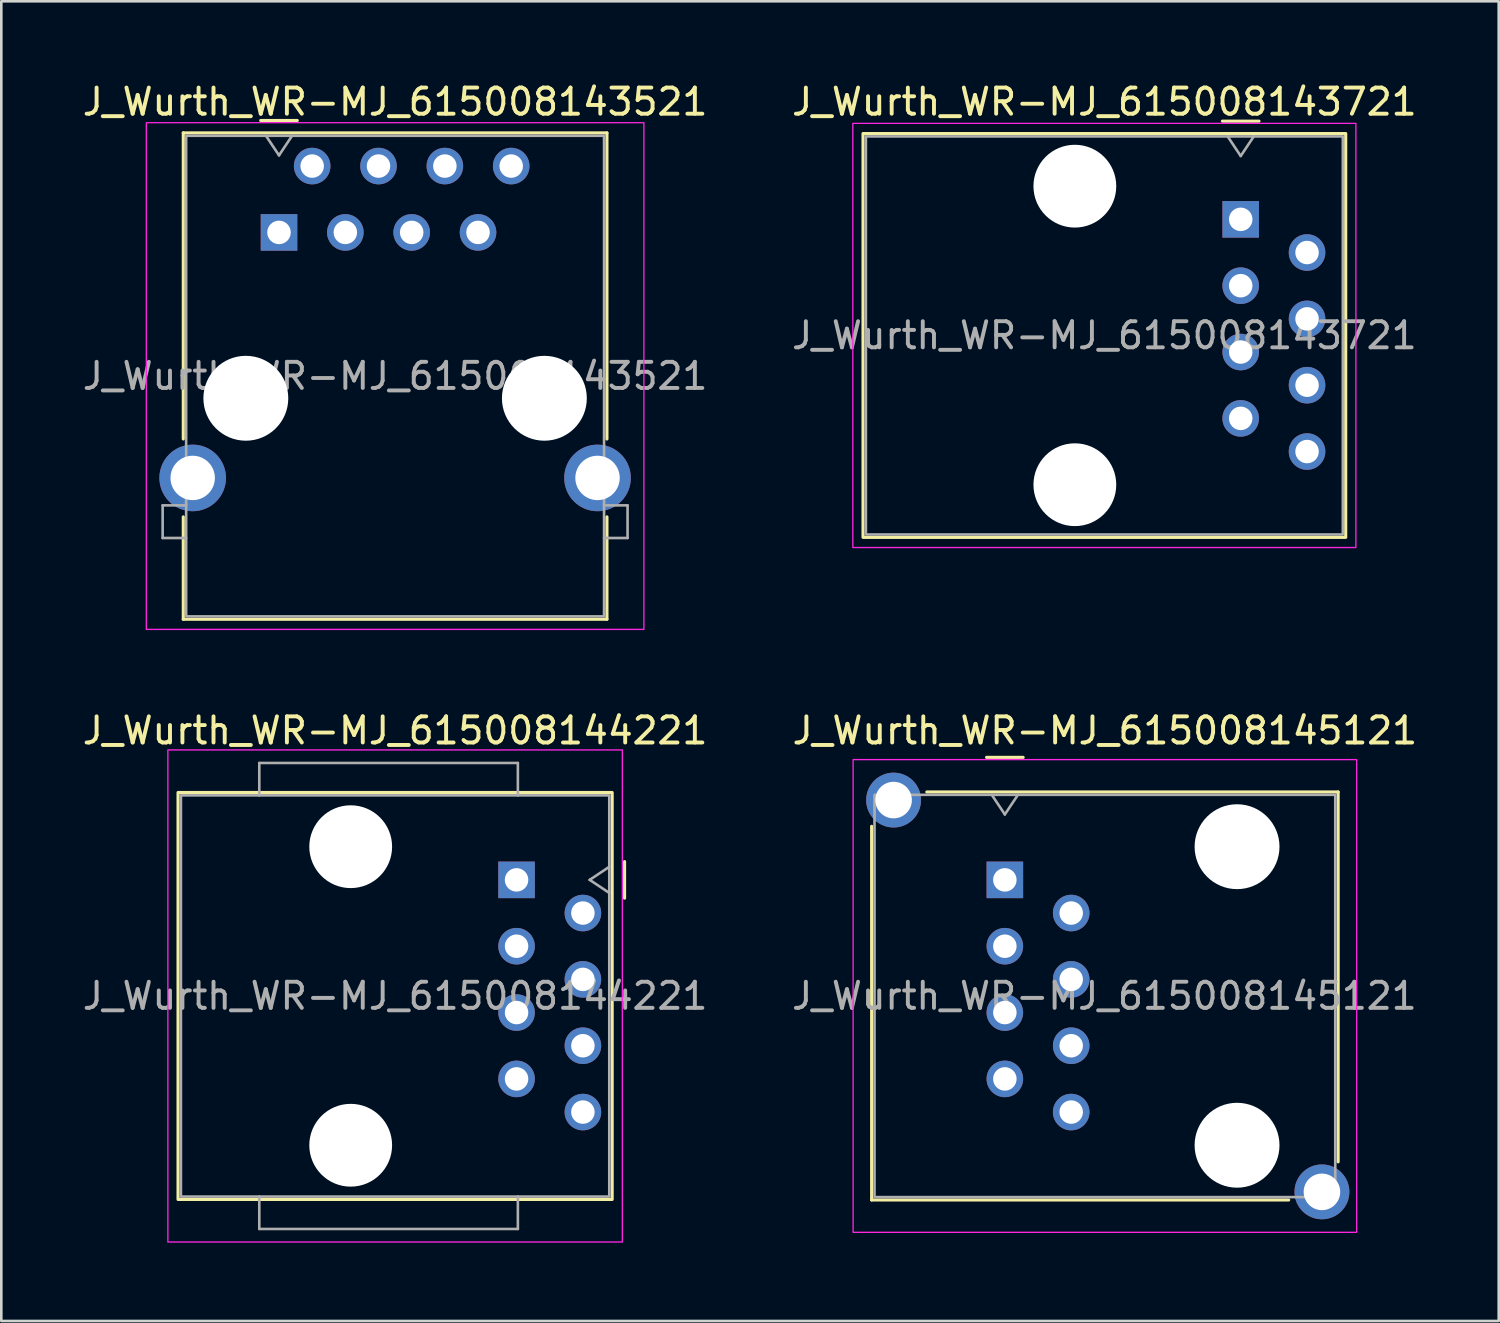
<source format=kicad_pcb>
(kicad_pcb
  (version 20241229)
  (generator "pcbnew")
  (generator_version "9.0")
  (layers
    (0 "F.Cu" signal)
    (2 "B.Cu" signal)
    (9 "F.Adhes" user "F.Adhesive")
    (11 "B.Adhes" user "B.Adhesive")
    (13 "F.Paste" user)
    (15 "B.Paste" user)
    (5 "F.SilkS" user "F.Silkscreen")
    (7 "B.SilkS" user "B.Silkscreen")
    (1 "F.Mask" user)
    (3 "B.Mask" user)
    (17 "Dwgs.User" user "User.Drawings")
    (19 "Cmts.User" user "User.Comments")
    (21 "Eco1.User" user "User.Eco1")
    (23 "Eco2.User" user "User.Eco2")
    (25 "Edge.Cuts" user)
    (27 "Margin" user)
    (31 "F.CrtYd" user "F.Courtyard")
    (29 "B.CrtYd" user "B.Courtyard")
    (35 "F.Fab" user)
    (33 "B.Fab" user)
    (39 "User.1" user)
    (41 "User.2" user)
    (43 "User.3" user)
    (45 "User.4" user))
  (footprint "J_Wurth_WR-MJ_615008144221"
    (layer "F.Cu")
    (at 16.727 30.637)
    (property "Reference" "J_Wurth_WR-MJ_615008144221" (at -4.65 -5.715 0) (unlocked yes) (layer "F.SilkS") (effects (font (size 1 1) (thickness 0.15))))
    (attr through_hole)
    (fp_line (start 4.135 0.7) (end 4.135 -0.7) (stroke (width 0.12) (type solid)) (layer "F.SilkS"))
    (fp_rect (start -12.96 -3.345) (end 3.66 12.235) (stroke (width 0.12) (type solid)) (fill no) (layer "F.SilkS"))
    (fp_rect (start -13.35 -4.975) (end 4.05 13.865) (stroke (width 0.05) (type solid)) (fill no) (layer "F.CrtYd"))
    (fp_line (start -9.85 -4.475) (end 0.05 -4.475) (stroke (width 0.1) (type solid)) (layer "F.Fab"))
    (fp_line (start -9.85 -3.235) (end -9.85 -4.475) (stroke (width 0.1) (type solid)) (layer "F.Fab"))
    (fp_line (start -9.85 12.125) (end -9.85 13.365) (stroke (width 0.1) (type solid)) (layer "F.Fab"))
    (fp_line (start -9.85 13.365) (end 0.05 13.365) (stroke (width 0.1) (type solid)) (layer "F.Fab"))
    (fp_line (start 0.05 -4.475) (end 0.05 -3.235) (stroke (width 0.1) (type solid)) (layer "F.Fab"))
    (fp_line (start 0.05 13.365) (end 0.05 12.125) (stroke (width 0.1) (type solid)) (layer "F.Fab"))
    (fp_line (start 2.8 0) (end 3.55 -0.5) (stroke (width 0.1) (type solid)) (layer "F.Fab"))
    (fp_line (start 2.8 0) (end 3.55 0.5) (stroke (width 0.1) (type solid)) (layer "F.Fab"))
    (fp_rect (start -12.85 -3.235) (end 3.55 12.125) (stroke (width 0.1) (type solid)) (fill no) (layer "F.Fab"))
    (fp_text user "${REFERENCE}" (at -4.65 4.445 0) (unlocked yes) (layer "F.Fab") (effects (font (size 1 1) (thickness 0.15))))
    (pad "" np_thru_hole circle (at -6.35 -1.27 90) (size 3.17 3.17) (drill 3.17) (layers "*.Cu" "*.Mask"))
    (pad "" np_thru_hole circle (at -6.35 10.16 90) (size 3.17 3.17) (drill 3.17) (layers "*.Cu" "*.Mask"))
    (pad "1" thru_hole rect (at 0 0 90) (size 1.4 1.4) (drill 0.9) (layers "*.Cu" "*.Mask"))
    (pad "2" thru_hole circle (at 2.54 1.27 90) (size 1.4 1.4) (drill 0.9) (layers "*.Cu" "*.Mask"))
    (pad "3" thru_hole circle (at 0 2.54 90) (size 1.4 1.4) (drill 0.9) (layers "*.Cu" "*.Mask"))
    (pad "4" thru_hole circle (at 2.54 3.81 90) (size 1.4 1.4) (drill 0.9) (layers "*.Cu" "*.Mask"))
    (pad "5" thru_hole circle (at 0 5.08 90) (size 1.4 1.4) (drill 0.9) (layers "*.Cu" "*.Mask"))
    (pad "6" thru_hole circle (at 2.54 6.35 90) (size 1.4 1.4) (drill 0.9) (layers "*.Cu" "*.Mask"))
    (pad "7" thru_hole circle (at 0 7.62 90) (size 1.4 1.4) (drill 0.9) (layers "*.Cu" "*.Mask"))
    (pad "8" thru_hole circle (at 2.54 8.89 90) (size 1.4 1.4) (drill 0.9) (layers "*.Cu" "*.Mask")))
  (footprint "J_Wurth_WR-MJ_615008143721"
    (layer "F.Cu")
    (at 44.452 5.348)
    (property "Reference" "J_Wurth_WR-MJ_615008143721" (at -5.22 -4.5 0) (unlocked yes) (layer "F.SilkS") (effects (font (size 1 1) (thickness 0.15))))
    (attr through_hole)
    (fp_line (start 0.7 -3.76) (end -0.7 -3.76) (stroke (width 0.12) (type solid)) (layer "F.SilkS"))
    (fp_rect (start -14.46 -3.285) (end 4.02 12.175) (stroke (width 0.12) (type solid)) (fill no) (layer "F.SilkS"))
    (fp_rect (start -14.85 -3.675) (end 4.41 12.565) (stroke (width 0.05) (type default)) (fill no) (layer "F.CrtYd"))
    (fp_line (start 0 -2.425) (end -0.5 -3.175) (stroke (width 0.1) (type solid)) (layer "F.Fab"))
    (fp_line (start 0 -2.425) (end 0.5 -3.175) (stroke (width 0.1) (type solid)) (layer "F.Fab"))
    (fp_rect (start -14.35 -3.175) (end 3.91 12.065) (stroke (width 0.1) (type solid)) (fill no) (layer "F.Fab"))
    (fp_text user "${REFERENCE}" (at -5.22 4.445 0) (unlocked yes) (layer "F.Fab") (effects (font (size 1 1) (thickness 0.15))))
    (pad "" np_thru_hole circle (at -6.35 -1.27 270) (size 3.17 3.17) (drill 3.17) (layers "*.Cu" "*.Mask"))
    (pad "" np_thru_hole circle (at -6.35 10.16 270) (size 3.17 3.17) (drill 3.17) (layers "*.Cu" "*.Mask"))
    (pad "1" thru_hole rect (at 0 0 270) (size 1.4 1.4) (drill 0.9) (layers "*.Cu" "*.Mask"))
    (pad "2" thru_hole circle (at 2.54 1.27 270) (size 1.4 1.4) (drill 0.9) (layers "*.Cu" "*.Mask"))
    (pad "3" thru_hole circle (at 0 2.54 270) (size 1.4 1.4) (drill 0.9) (layers "*.Cu" "*.Mask"))
    (pad "4" thru_hole circle (at 2.54 3.81 270) (size 1.4 1.4) (drill 0.9) (layers "*.Cu" "*.Mask"))
    (pad "5" thru_hole circle (at 0 5.08 270) (size 1.4 1.4) (drill 0.9) (layers "*.Cu" "*.Mask"))
    (pad "6" thru_hole circle (at 2.54 6.35 270) (size 1.4 1.4) (drill 0.9) (layers "*.Cu" "*.Mask"))
    (pad "7" thru_hole circle (at 0 7.62 270) (size 1.4 1.4) (drill 0.9) (layers "*.Cu" "*.Mask"))
    (pad "8" thru_hole circle (at 2.54 8.89 270) (size 1.4 1.4) (drill 0.9) (layers "*.Cu" "*.Mask")))
  (footprint "J_Wurth_WR-MJ_615008145121"
    (layer "F.Cu")
    (at 35.422 30.637)
    (property "Reference" "J_Wurth_WR-MJ_615008145121" (at 3.83 -5.715 0) (unlocked yes) (layer "F.SilkS") (effects (font (size 1 1) (thickness 0.15))))
    (attr through_hole)
    (fp_line (start -5.1 -2.05) (end -5.1 12.255) (stroke (width 0.12) (type solid)) (layer "F.SilkS"))
    (fp_line (start -2.987 -3.365) (end 12.76 -3.365) (stroke (width 0.12) (type solid)) (layer "F.SilkS"))
    (fp_line (start 0.7 -4.69) (end -0.7 -4.69) (stroke (width 0.12) (type solid)) (layer "F.SilkS"))
    (fp_line (start 10.867 12.255) (end -5.1 12.255) (stroke (width 0.12) (type solid)) (layer "F.SilkS"))
    (fp_line (start 12.76 10.795) (end 12.76 -3.365) (stroke (width 0.12) (type solid)) (layer "F.SilkS"))
    (fp_rect (start -5.81 -4.605) (end 13.47 13.495) (stroke (width 0.05) (type solid)) (fill no) (layer "F.CrtYd"))
    (fp_line (start 0 -2.505) (end -0.5 -3.255) (stroke (width 0.1) (type solid)) (layer "F.Fab"))
    (fp_line (start 0 -2.505) (end 0.5 -3.255) (stroke (width 0.1) (type solid)) (layer "F.Fab"))
    (fp_rect (start -4.99 -3.255) (end 12.65 12.145) (stroke (width 0.1) (type solid)) (fill no) (layer "F.Fab"))
    (fp_text user "${REFERENCE}" (at 3.81 4.445 0) (unlocked yes) (layer "F.Fab") (effects (font (size 1 1) (thickness 0.15))))
    (pad "" np_thru_hole circle (at 8.89 -1.27 90) (size 3.25 3.25) (drill 3.25) (layers "*.Cu" "*.Mask"))
    (pad "" np_thru_hole circle (at 8.89 10.16 90) (size 3.25 3.25) (drill 3.25) (layers "*.Cu" "*.Mask"))
    (pad "1" thru_hole rect (at 0 0 90) (size 1.4 1.4) (drill 0.9) (layers "*.Cu" "*.Mask"))
    (pad "2" thru_hole circle (at 2.54 1.27 90) (size 1.4 1.4) (drill 0.9) (layers "*.Cu" "*.Mask"))
    (pad "3" thru_hole circle (at 0 2.54 90) (size 1.4 1.4) (drill 0.9) (layers "*.Cu" "*.Mask"))
    (pad "4" thru_hole circle (at 2.54 3.81 90) (size 1.4 1.4) (drill 0.9) (layers "*.Cu" "*.Mask"))
    (pad "5" thru_hole circle (at 0 5.08 90) (size 1.4 1.4) (drill 0.9) (layers "*.Cu" "*.Mask"))
    (pad "6" thru_hole circle (at 2.54 6.35 90) (size 1.4 1.4) (drill 0.9) (layers "*.Cu" "*.Mask"))
    (pad "7" thru_hole circle (at 0 7.62 90) (size 1.4 1.4) (drill 0.9) (layers "*.Cu" "*.Mask"))
    (pad "8" thru_hole circle (at 2.54 8.89 90) (size 1.4 1.4) (drill 0.9) (layers "*.Cu" "*.Mask"))
    (pad "S1" thru_hole circle (at 12.14 11.945 90) (size 2.1 2.1) (drill 1.4) (layers "*.Cu" "*.Mask"))
    (pad "S2" thru_hole circle (at -4.26 -3.055 90) (size 2.1 2.1) (drill 1.4) (layers "*.Cu" "*.Mask")))
  (footprint "J_Wurth_WR-MJ_615008143521"
    (layer "F.Cu")
    (at 7.632 5.848)
    (property "Reference" "J_Wurth_WR-MJ_615008143521" (at 4.445 -5 0) (unlocked yes) (layer "F.SilkS") (effects (font (size 1 1) (thickness 0.15))))
    (attr through_hole)
    (fp_line (start -3.665 7.908) (end -3.665 -3.81) (stroke (width 0.12) (type solid)) (layer "F.SilkS"))
    (fp_line (start -3.665 -3.81) (end 12.555 -3.81) (stroke (width 0.12) (type solid)) (layer "F.SilkS"))
    (fp_line (start -3.665 10.892) (end -3.665 14.81) (stroke (width 0.12) (type solid)) (layer "F.SilkS"))
    (fp_line (start 0.7 -4.285) (end -0.7 -4.285) (stroke (width 0.12) (type solid)) (layer "F.SilkS"))
    (fp_line (start 12.555 7.908) (end 12.555 -3.81) (stroke (width 0.12) (type solid)) (layer "F.SilkS"))
    (fp_line (start 12.555 10.892) (end 12.555 14.81) (stroke (width 0.12) (type solid)) (layer "F.SilkS"))
    (fp_line (start 12.555 14.81) (end -3.665 14.81) (stroke (width 0.12) (type solid)) (layer "F.SilkS"))
    (fp_rect (start -5.08 -4.2) (end 13.97 15.2) (stroke (width 0.05) (type solid)) (fill no) (layer "F.CrtYd"))
    (fp_line (start -4.455 10.45) (end -3.555 10.45) (stroke (width 0.1) (type default)) (layer "F.Fab"))
    (fp_line (start -4.455 11.7) (end -4.455 10.45) (stroke (width 0.1) (type default)) (layer "F.Fab"))
    (fp_line (start -3.555 11.7) (end -4.455 11.7) (stroke (width 0.1) (type default)) (layer "F.Fab"))
    (fp_line (start 0 -2.95) (end -0.5 -3.7) (stroke (width 0.1) (type solid)) (layer "F.Fab"))
    (fp_line (start 0 -2.95) (end 0.5 -3.7) (stroke (width 0.1) (type solid)) (layer "F.Fab"))
    (fp_line (start 12.445 10.45) (end 13.345 10.45) (stroke (width 0.1) (type solid)) (layer "F.Fab"))
    (fp_line (start 13.345 10.45) (end 13.345 11.7) (stroke (width 0.1) (type solid)) (layer "F.Fab"))
    (fp_line (start 13.345 11.7) (end 12.445 11.7) (stroke (width 0.1) (type solid)) (layer "F.Fab"))
    (fp_rect (start -3.555 -3.7) (end 12.445 14.7) (stroke (width 0.1) (type solid)) (fill no) (layer "F.Fab"))
    (fp_text user "${REFERENCE}" (at 4.445 5.5 0) (unlocked yes) (layer "F.Fab") (effects (font (size 1 1) (thickness 0.15))))
    (pad "" np_thru_hole circle (at -1.27 6.35) (size 3.25 3.25) (drill 3.25) (layers "*.Cu" "*.Mask"))
    (pad "" np_thru_hole circle (at 10.16 6.35) (size 3.25 3.25) (drill 3.25) (layers "*.Cu" "*.Mask"))
    (pad "1" thru_hole rect (at 0 0) (size 1.4 1.4) (drill 0.9) (layers "*.Cu" "*.Mask"))
    (pad "2" thru_hole circle (at 1.27 -2.54) (size 1.4 1.4) (drill 0.9) (layers "*.Cu" "*.Mask"))
    (pad "3" thru_hole circle (at 2.54 0) (size 1.4 1.4) (drill 0.9) (layers "*.Cu" "*.Mask"))
    (pad "4" thru_hole circle (at 3.81 -2.54) (size 1.4 1.4) (drill 0.9) (layers "*.Cu" "*.Mask"))
    (pad "5" thru_hole circle (at 5.08 0) (size 1.4 1.4) (drill 0.9) (layers "*.Cu" "*.Mask"))
    (pad "6" thru_hole circle (at 6.35 -2.54) (size 1.4 1.4) (drill 0.9) (layers "*.Cu" "*.Mask"))
    (pad "7" thru_hole circle (at 7.62 0) (size 1.4 1.4) (drill 0.9) (layers "*.Cu" "*.Mask"))
    (pad "8" thru_hole circle (at 8.89 -2.54) (size 1.4 1.4) (drill 0.9) (layers "*.Cu" "*.Mask"))
    (pad "S1" thru_hole circle (at -3.305 9.4) (size 2.55 2.55) (drill 1.7) (layers "*.Cu" "*.Mask"))
    (pad "S2" thru_hole circle (at 12.195 9.4) (size 2.55 2.55) (drill 1.7) (layers "*.Cu" "*.Mask")))
  (gr_rect
    (start -3 -3)
    (end 54.33 47.526)
    (stroke (width 0.1) (type default))
    (fill no)
    (layer "Edge.Cuts")))
</source>
